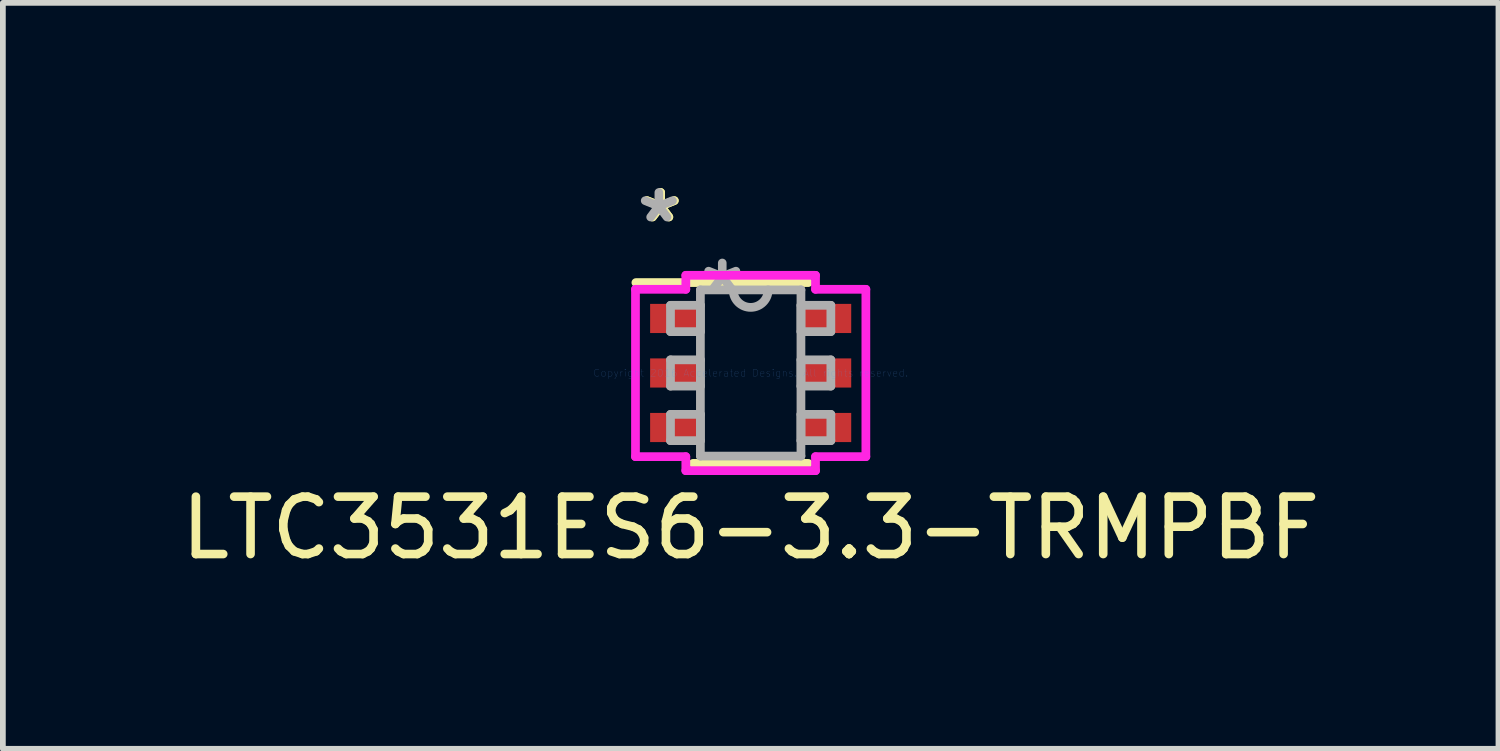
<source format=kicad_pcb>
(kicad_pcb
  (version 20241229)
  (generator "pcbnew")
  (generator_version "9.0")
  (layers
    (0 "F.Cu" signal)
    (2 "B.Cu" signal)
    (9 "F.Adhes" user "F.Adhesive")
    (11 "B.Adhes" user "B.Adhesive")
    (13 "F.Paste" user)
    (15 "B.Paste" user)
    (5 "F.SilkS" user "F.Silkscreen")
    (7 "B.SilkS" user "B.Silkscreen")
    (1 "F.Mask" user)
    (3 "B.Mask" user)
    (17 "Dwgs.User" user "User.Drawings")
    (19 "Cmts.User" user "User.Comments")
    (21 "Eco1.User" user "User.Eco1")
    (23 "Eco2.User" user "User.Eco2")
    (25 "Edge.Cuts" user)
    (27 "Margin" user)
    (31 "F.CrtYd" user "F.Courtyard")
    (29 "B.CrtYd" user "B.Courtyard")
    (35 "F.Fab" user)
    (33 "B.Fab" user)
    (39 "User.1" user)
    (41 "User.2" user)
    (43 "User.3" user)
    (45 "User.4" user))
  (footprint "LTC3531ES6-3.3-TRMPBF"
    (layer "F.Cu")
    (at 10.03 3.449)
    (property "Reference" "LTC3531ES6-3.3-TRMPBF" (at 0 2.7 0) (layer "F.SilkS") (effects (font (size 1 1) (thickness 0.15))))
    (attr through_hole)
    (fp_line (start -1.003 1.575) (end 1.003 1.575) (stroke (width 0.152) (type solid)) (layer "F.SilkS"))
    (fp_line (start 1.003 -1.575) (end -2 -1.575) (stroke (width 0.152) (type solid)) (layer "F.SilkS"))
    (fp_line (start -2.007 -1.458) (end -1.13 -1.458) (stroke (width 0.152) (type solid)) (layer "F.CrtYd"))
    (fp_line (start -2.007 1.458) (end -2.007 -1.458) (stroke (width 0.152) (type solid)) (layer "F.CrtYd"))
    (fp_line (start -1.13 -1.702) (end 1.13 -1.702) (stroke (width 0.152) (type solid)) (layer "F.CrtYd"))
    (fp_line (start -1.13 -1.458) (end -1.13 -1.702) (stroke (width 0.152) (type solid)) (layer "F.CrtYd"))
    (fp_line (start -1.13 1.458) (end -2.007 1.458) (stroke (width 0.152) (type solid)) (layer "F.CrtYd"))
    (fp_line (start -1.13 1.702) (end -1.13 1.458) (stroke (width 0.152) (type solid)) (layer "F.CrtYd"))
    (fp_line (start 1.13 -1.702) (end 1.13 -1.458) (stroke (width 0.152) (type solid)) (layer "F.CrtYd"))
    (fp_line (start 1.13 -1.458) (end 2.007 -1.458) (stroke (width 0.152) (type solid)) (layer "F.CrtYd"))
    (fp_line (start 1.13 1.458) (end 1.13 1.702) (stroke (width 0.152) (type solid)) (layer "F.CrtYd"))
    (fp_line (start 1.13 1.702) (end -1.13 1.702) (stroke (width 0.152) (type solid)) (layer "F.CrtYd"))
    (fp_line (start 2.007 -1.458) (end 2.007 1.458) (stroke (width 0.152) (type solid)) (layer "F.CrtYd"))
    (fp_line (start 2.007 1.458) (end 1.13 1.458) (stroke (width 0.152) (type solid)) (layer "F.CrtYd"))
    (fp_line (start -1.397 -1.179) (end -1.397 -0.721) (stroke (width 0.152) (type solid)) (layer "F.Fab"))
    (fp_line (start -1.397 -0.721) (end -0.876 -0.721) (stroke (width 0.152) (type solid)) (layer "F.Fab"))
    (fp_line (start -1.397 -0.229) (end -1.397 0.229) (stroke (width 0.152) (type solid)) (layer "F.Fab"))
    (fp_line (start -1.397 0.229) (end -0.876 0.229) (stroke (width 0.152) (type solid)) (layer "F.Fab"))
    (fp_line (start -1.397 0.721) (end -1.397 1.179) (stroke (width 0.152) (type solid)) (layer "F.Fab"))
    (fp_line (start -1.397 1.179) (end -0.876 1.179) (stroke (width 0.152) (type solid)) (layer "F.Fab"))
    (fp_line (start -0.876 -1.448) (end -0.876 1.448) (stroke (width 0.152) (type solid)) (layer "F.Fab"))
    (fp_line (start -0.876 -1.179) (end -1.397 -1.179) (stroke (width 0.152) (type solid)) (layer "F.Fab"))
    (fp_line (start -0.876 -0.721) (end -0.876 -1.179) (stroke (width 0.152) (type solid)) (layer "F.Fab"))
    (fp_line (start -0.876 -0.229) (end -1.397 -0.229) (stroke (width 0.152) (type solid)) (layer "F.Fab"))
    (fp_line (start -0.876 0.229) (end -0.876 -0.229) (stroke (width 0.152) (type solid)) (layer "F.Fab"))
    (fp_line (start -0.876 0.721) (end -1.397 0.721) (stroke (width 0.152) (type solid)) (layer "F.Fab"))
    (fp_line (start -0.876 1.179) (end -0.876 0.721) (stroke (width 0.152) (type solid)) (layer "F.Fab"))
    (fp_line (start -0.876 1.448) (end 0.876 1.448) (stroke (width 0.152) (type solid)) (layer "F.Fab"))
    (fp_line (start 0.876 -1.448) (end -0.876 -1.448) (stroke (width 0.152) (type solid)) (layer "F.Fab"))
    (fp_line (start 0.876 -1.179) (end 0.876 -0.721) (stroke (width 0.152) (type solid)) (layer "F.Fab"))
    (fp_line (start 0.876 -0.721) (end 1.397 -0.721) (stroke (width 0.152) (type solid)) (layer "F.Fab"))
    (fp_line (start 0.876 -0.229) (end 0.876 0.229) (stroke (width 0.152) (type solid)) (layer "F.Fab"))
    (fp_line (start 0.876 0.229) (end 1.397 0.229) (stroke (width 0.152) (type solid)) (layer "F.Fab"))
    (fp_line (start 0.876 0.721) (end 0.876 1.179) (stroke (width 0.152) (type solid)) (layer "F.Fab"))
    (fp_line (start 0.876 1.179) (end 1.397 1.179) (stroke (width 0.152) (type solid)) (layer "F.Fab"))
    (fp_line (start 0.876 1.448) (end 0.876 -1.448) (stroke (width 0.152) (type solid)) (layer "F.Fab"))
    (fp_line (start 1.397 -1.179) (end 0.876 -1.179) (stroke (width 0.152) (type solid)) (layer "F.Fab"))
    (fp_line (start 1.397 -0.721) (end 1.397 -1.179) (stroke (width 0.152) (type solid)) (layer "F.Fab"))
    (fp_line (start 1.397 -0.229) (end 0.876 -0.229) (stroke (width 0.152) (type solid)) (layer "F.Fab"))
    (fp_line (start 1.397 0.229) (end 1.397 -0.229) (stroke (width 0.152) (type solid)) (layer "F.Fab"))
    (fp_line (start 1.397 0.721) (end 0.876 0.721) (stroke (width 0.152) (type solid)) (layer "F.Fab"))
    (fp_line (start 1.397 1.179) (end 1.397 0.721) (stroke (width 0.152) (type solid)) (layer "F.Fab"))
    (fp_arc (start 0.3048 -1.4478) (mid 0 -1.143) (end -0.3048 -1.4478) (stroke (width 0.1524) (type solid)) (layer "F.Fab"))
    (fp_text user "*" (at -1.568 -2.601 0) (layer "F.SilkS") (effects (font (size 1 1) (thickness 0.15))))
    (fp_text user "*" (at -1.568 -2.601 0) (layer "F.SilkS") (effects (font (size 1 1) (thickness 0.15))))
    (fp_text user "Copyright 2016 Accelerated Designs. All rights reserved." (at 0 0 0) (layer "Cmts.User") (effects (font (size 0.127 0.127) (thickness 0.002))))
    (fp_text user "*" (at -1.6 -2.6 0) (layer "F.Fab") (effects (font (size 1 1) (thickness 0.15))))
    (fp_text user "*" (at -0.495 -1.372 0) (layer "F.Fab") (effects (font (size 1 1) (thickness 0.15))))
    (pad "1" smd rect (at -1.314 -0.95) (size 0.876 0.508) (layers "F.Cu" "F.Mask" "F.Paste"))
    (pad "2" smd rect (at -1.314 0) (size 0.876 0.508) (layers "F.Cu" "F.Mask" "F.Paste"))
    (pad "3" smd rect (at -1.314 0.95) (size 0.876 0.508) (layers "F.Cu" "F.Mask" "F.Paste"))
    (pad "4" smd rect (at 1.314 0.95) (size 0.876 0.508) (layers "F.Cu" "F.Mask" "F.Paste"))
    (pad "5" smd rect (at 1.314 0) (size 0.876 0.508) (layers "F.Cu" "F.Mask" "F.Paste"))
    (pad "6" smd rect (at 1.314 -0.95) (size 0.876 0.508) (layers "F.Cu" "F.Mask" "F.Paste")))
  (gr_rect
    (start -3 -3)
    (end 23.06 9.998)
    (stroke (width 0.1) (type default))
    (fill no)
    (layer "Edge.Cuts")))
</source>
